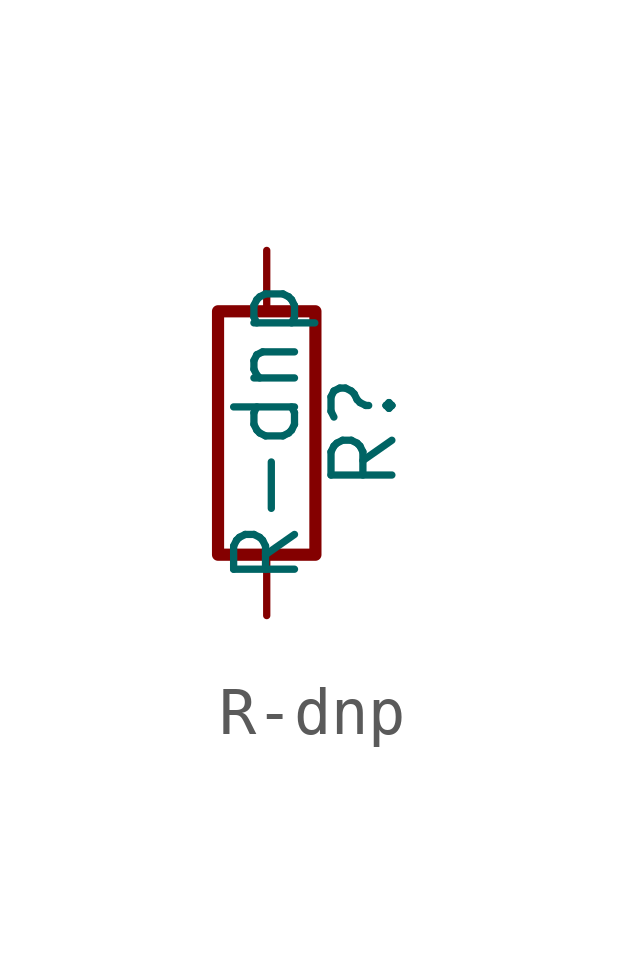
<source format=kicad_sym>
(kicad_symbol_lib
  (version 20211014)
  (generator kicad_symbol_editor)
  (symbol "R-dnp"
    (pin_numbers hide)
    (pin_names
      (offset 0))
    (property "Reference" "R"
      (at 2.032 0 90)
      (effects (font (size 1.27 1.27))))
    (property "Value" "R-dnp"
      (at 0 0 90)
      (effects (font (size 1.27 1.27))))
    (symbol "R-dnp_0_1"
      (rectangle (start -1.016 -2.54) (end 1.016 2.54) (stroke (width 0.254) (type default) (color 0 0 0 0)) (fill (type none))))
    (symbol "R-dnp_1_1"
      (pin passive line (at 0 3.81 270) (length 1.27) (name "~" (effects (font (size 1.27 1.27)))) (number "1" (effects (font (size 1.27 1.27)))))
      (pin passive line (at 0 -3.81 90) (length 1.27) (name "~" (effects (font (size 1.27 1.27)))) (number "2" (effects (font (size 1.27 1.27))))))))
</source>
